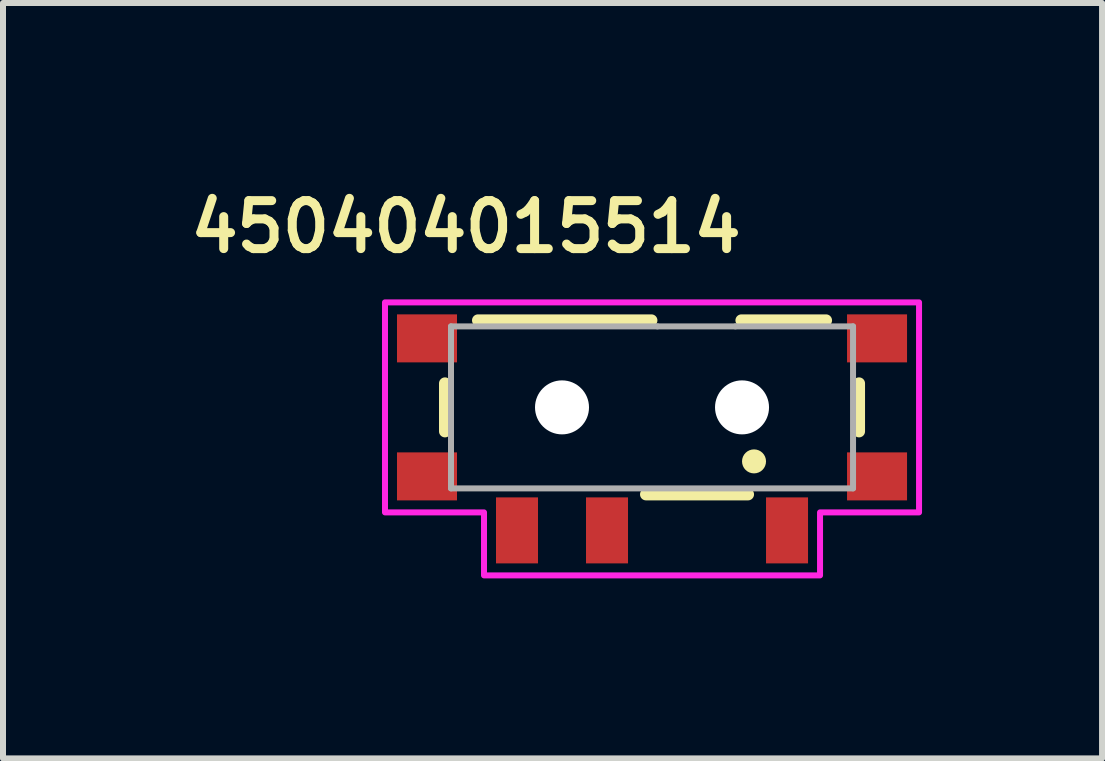
<source format=kicad_pcb>
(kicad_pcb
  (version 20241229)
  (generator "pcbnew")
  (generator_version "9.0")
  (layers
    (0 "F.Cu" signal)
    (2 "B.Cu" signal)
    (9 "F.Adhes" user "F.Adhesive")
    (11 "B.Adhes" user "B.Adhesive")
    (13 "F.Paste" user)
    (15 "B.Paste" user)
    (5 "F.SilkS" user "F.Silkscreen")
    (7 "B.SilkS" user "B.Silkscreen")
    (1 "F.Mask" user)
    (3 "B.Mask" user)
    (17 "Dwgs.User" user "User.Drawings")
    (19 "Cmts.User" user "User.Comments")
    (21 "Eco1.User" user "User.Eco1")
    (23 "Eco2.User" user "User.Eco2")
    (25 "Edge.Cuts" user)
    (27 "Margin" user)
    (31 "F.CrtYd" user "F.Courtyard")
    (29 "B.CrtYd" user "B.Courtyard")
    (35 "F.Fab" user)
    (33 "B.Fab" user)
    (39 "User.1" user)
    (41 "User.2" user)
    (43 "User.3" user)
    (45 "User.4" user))
  (footprint "450404015514"
    (layer "F.Cu")
    (at 7.816 3.739)
    (property "Reference" "450404015514" (at -3.1 -3.008 0) (layer "F.SilkS") (effects (font (size 0.8 0.8) (thickness 0.15))))
    (attr smd)
    (fp_line (start -3.45 -0.4) (end -3.45 0.4) (stroke (width 0.2) (type solid)) (layer "F.SilkS"))
    (fp_line (start -2.9 -1.45) (end -0.01 -1.45) (stroke (width 0.2) (type solid)) (layer "F.SilkS"))
    (fp_line (start -0.1 1.45) (end 1.6 1.45) (stroke (width 0.2) (type solid)) (layer "F.SilkS"))
    (fp_line (start 1.49 -1.45) (end 2.9 -1.45) (stroke (width 0.2) (type solid)) (layer "F.SilkS"))
    (fp_line (start 3.45 0.4) (end 3.45 -0.4) (stroke (width 0.2) (type solid)) (layer "F.SilkS"))
    (fp_circle (center 1.7 0.9) (end 1.8 0.9) (stroke (width 0.2) (type solid)) (fill no) (layer "F.SilkS"))
    (fp_poly (pts (xy 4.45 -1.75) (xy 4.45 1.75) (xy 2.8 1.75) (xy 2.8 2.8) (xy -2.8 2.8) (xy -2.8 1.75) (xy -4.45 1.75) (xy -4.45 -1.75)) (stroke (width 0.1) (type solid)) (fill no) (layer "F.CrtYd"))
    (fp_line (start -3.35 -1.35) (end 0.09 -1.35) (stroke (width 0.1) (type solid)) (layer "F.Fab"))
    (fp_line (start -3.35 1.35) (end -3.35 -1.35) (stroke (width 0.1) (type solid)) (layer "F.Fab"))
    (fp_line (start 0.09 -1.35) (end 1.39 -1.35) (stroke (width 0.1) (type solid)) (layer "F.Fab"))
    (fp_line (start 1.39 -1.35) (end 3.35 -1.35) (stroke (width 0.1) (type solid)) (layer "F.Fab"))
    (fp_line (start 3.35 -1.35) (end 3.35 1.35) (stroke (width 0.1) (type solid)) (layer "F.Fab"))
    (fp_line (start 3.35 1.35) (end -3.35 1.35) (stroke (width 0.1) (type solid)) (layer "F.Fab"))
    (pad "" np_thru_hole circle (at -1.5 0) (size 0.9 0.9) (drill 0.9) (layers "*.Cu" "*.Mask"))
    (pad "" np_thru_hole circle (at 1.5 0) (size 0.9 0.9) (drill 0.9) (layers "*.Cu" "*.Mask"))
    (pad "1" smd rect (at 2.25 2.05) (size 0.7 1.1) (layers "F.Cu" "F.Mask" "F.Paste"))
    (pad "2" smd rect (at -0.75 2.05) (size 0.7 1.1) (layers "F.Cu" "F.Mask" "F.Paste"))
    (pad "3" smd rect (at -2.25 2.05) (size 0.7 1.1) (layers "F.Cu" "F.Mask" "F.Paste"))
    (pad "Z1" smd rect (at -3.75 -1.15) (size 1 0.8) (layers "F.Cu" "F.Mask" "F.Paste"))
    (pad "Z2" smd rect (at 3.75 -1.15) (size 1 0.8) (layers "F.Cu" "F.Mask" "F.Paste"))
    (pad "Z3" smd rect (at 3.75 1.15) (size 1 0.8) (layers "F.Cu" "F.Mask" "F.Paste"))
    (pad "Z4" smd rect (at -3.75 1.15) (size 1 0.8) (layers "F.Cu" "F.Mask" "F.Paste")))
  (gr_rect
    (start -3 -3)
    (end 15.316 9.589)
    (stroke (width 0.1) (type default))
    (fill no)
    (layer "Edge.Cuts")))
</source>
